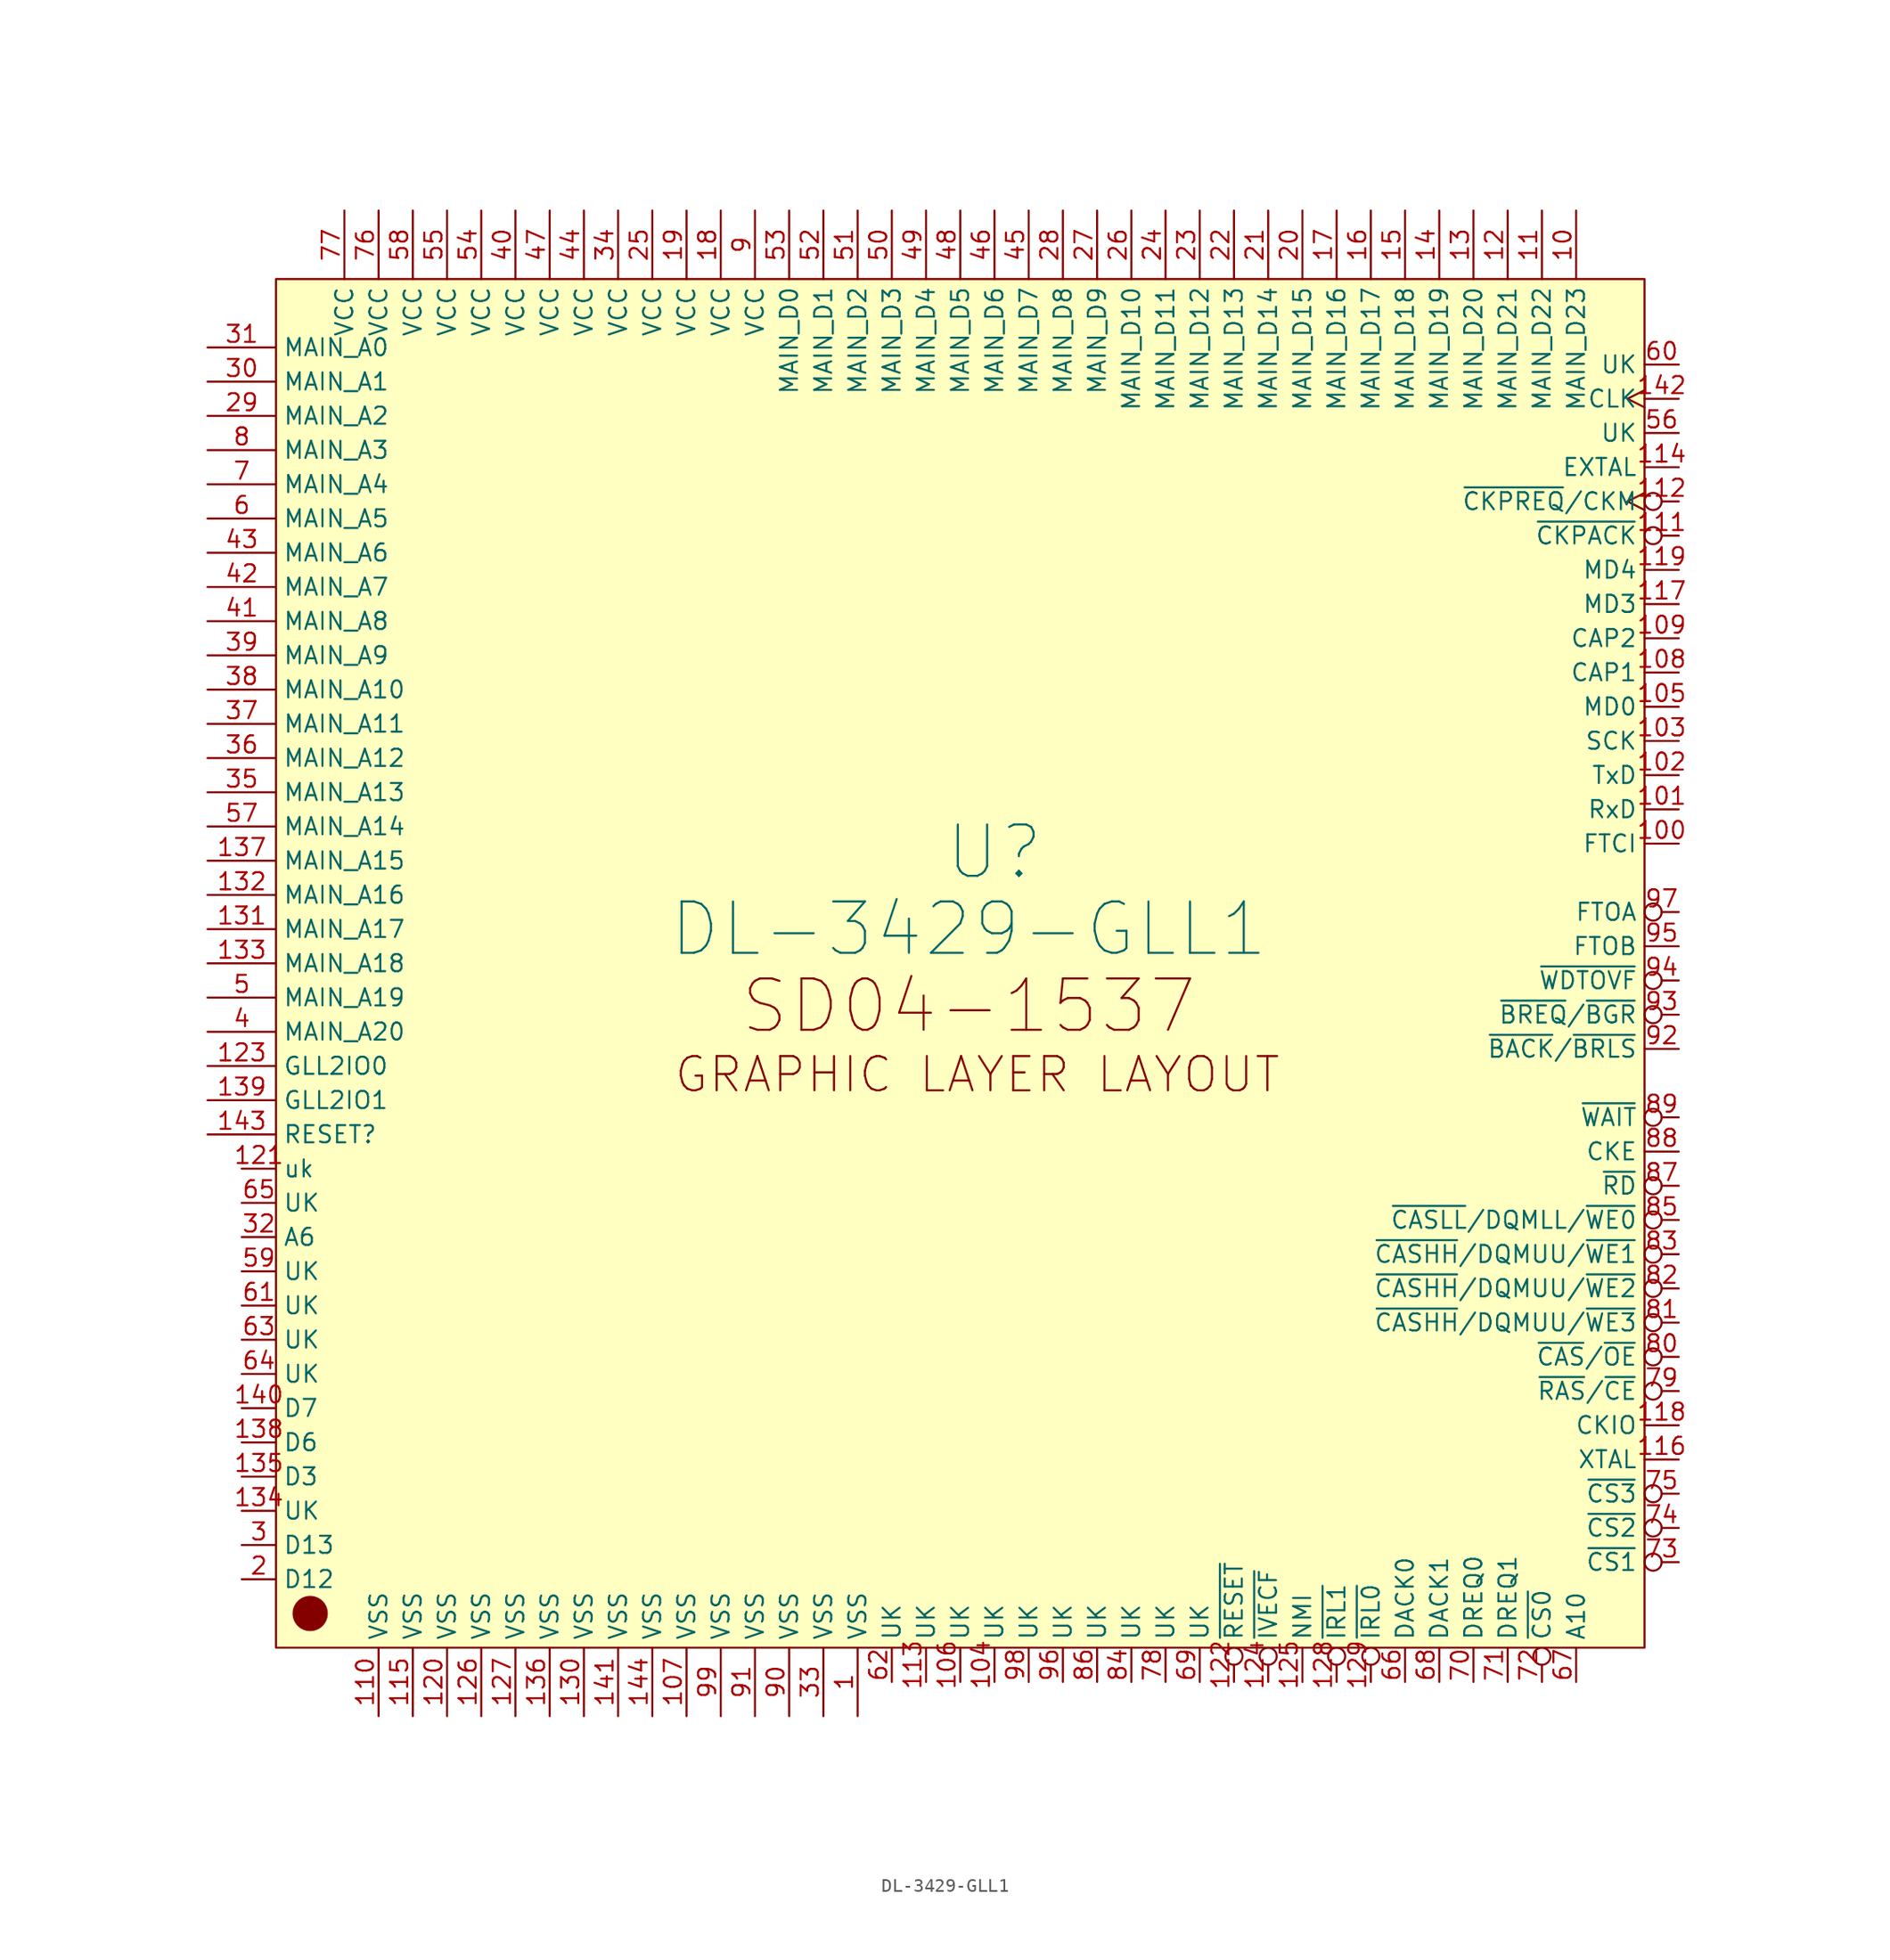
<source format=kicad_sym>
(kicad_symbol_lib
  (version 20211014)
  (generator kicad_symbol_editor)
  (symbol "DL-3429-GLL1"
    (property "Reference" "U"
      (at 0 10.795 0)
      (effects (font (size 3.81 3.81))))
    (property "Value" "DL-3429-GLL1"
      (at -1.905 5.08 0)
      (effects (font (size 3.81 3.81))))
    (symbol "DL-3429-GLL1_0_0"
      (text "GRAPHIC LAYER LAYOUT" (at -1.27 -5.715 0) (effects (font (size 2.54 2.54))))
      (text "SD04-1537" (at -1.905 -0.635 0) (effects (font (size 3.81 3.81)))))
    (symbol "DL-3429-GLL1_0_1"
      (rectangle (start -53.34 53.34) (end 48.26 -48.26) (stroke (width 0) (type default) (color 0 0 0 0)) (fill (type background)))
      (circle (center -50.8 -45.72) (radius 0.0001) (stroke (width 0.102) (type default) (color 0 0 0 0)) (fill (type none)))
      (circle (center -50.8 -45.72) (radius 0.0001) (stroke (width 0.152) (type default) (color 0 0 0 0)) (fill (type none)))
      (circle (center -50.8 -45.72) (radius 1.27) (stroke (width 0.076) (type default) (color 0 0 0 0)) (fill (type outline))))
    (symbol "DL-3429-GLL1_1_1"
      (pin power_in line (at -10.16 -53.34 90) (length 5.08) (name "VSS" (effects (font (size 1.27 1.27)))) (number "1" (effects (font (size 1.27 1.27)))))
      (pin bidirectional line (at 43.18 58.42 270) (length 5.08) (name "MAIN_D23" (effects (font (size 1.27 1.27)))) (number "10" (effects (font (size 1.27 1.27)))))
      (pin input line (at 50.8 11.43 180) (length 2.54) (name "FTCI" (effects (font (size 1.27 1.27)))) (number "100" (effects (font (size 1.27 1.27)))))
      (pin input line (at 50.8 13.97 180) (length 2.54) (name "RxD" (effects (font (size 1.27 1.27)))) (number "101" (effects (font (size 1.27 1.27)))))
      (pin output line (at 50.8 16.51 180) (length 2.54) (name "TxD" (effects (font (size 1.27 1.27)))) (number "102" (effects (font (size 1.27 1.27)))))
      (pin bidirectional line (at 50.8 19.05 180) (length 2.54) (name "SCK" (effects (font (size 1.27 1.27)))) (number "103" (effects (font (size 1.27 1.27)))))
      (pin bidirectional line (at 0 -50.8 90) (length 2.54) (name "UK" (effects (font (size 1.27 1.27)))) (number "104" (effects (font (size 1.27 1.27)))))
      (pin input line (at 50.8 21.59 180) (length 2.54) (name "MD0" (effects (font (size 1.27 1.27)))) (number "105" (effects (font (size 1.27 1.27)))))
      (pin bidirectional line (at -2.54 -50.8 90) (length 2.54) (name "UK" (effects (font (size 1.27 1.27)))) (number "106" (effects (font (size 1.27 1.27)))))
      (pin power_in line (at -22.86 -53.34 90) (length 5.08) (name "VSS" (effects (font (size 1.27 1.27)))) (number "107" (effects (font (size 1.27 1.27)))))
      (pin output line (at 50.8 24.13 180) (length 2.54) (name "CAP1" (effects (font (size 1.27 1.27)))) (number "108" (effects (font (size 1.27 1.27)))))
      (pin output line (at 50.8 26.67 180) (length 2.54) (name "CAP2" (effects (font (size 1.27 1.27)))) (number "109" (effects (font (size 1.27 1.27)))))
      (pin bidirectional line (at 40.64 58.42 270) (length 5.08) (name "MAIN_D22" (effects (font (size 1.27 1.27)))) (number "11" (effects (font (size 1.27 1.27)))))
      (pin power_in line (at -45.72 -53.34 90) (length 5.08) (name "VSS" (effects (font (size 1.27 1.27)))) (number "110" (effects (font (size 1.27 1.27)))))
      (pin output inverted (at 50.8 34.29 180) (length 2.54) (name "~{CKPACK}" (effects (font (size 1.27 1.27)))) (number "111" (effects (font (size 1.27 1.27)))))
      (pin input inverted_clock (at 50.8 36.83 180) (length 2.54) (name "~{CKPREQ}/CKM" (effects (font (size 1.27 1.27)))) (number "112" (effects (font (size 1.27 1.27)))))
      (pin bidirectional line (at -5.08 -50.8 90) (length 2.54) (name "UK" (effects (font (size 1.27 1.27)))) (number "113" (effects (font (size 1.27 1.27)))))
      (pin input line (at 50.8 39.37 180) (length 2.54) (name "EXTAL" (effects (font (size 1.27 1.27)))) (number "114" (effects (font (size 1.27 1.27)))))
      (pin power_in line (at -43.18 -53.34 90) (length 5.08) (name "VSS" (effects (font (size 1.27 1.27)))) (number "115" (effects (font (size 1.27 1.27)))))
      (pin output line (at 50.8 -34.29 180) (length 2.54) (name "XTAL" (effects (font (size 1.27 1.27)))) (number "116" (effects (font (size 1.27 1.27)))))
      (pin input line (at 50.8 29.21 180) (length 2.54) (name "MD3" (effects (font (size 1.27 1.27)))) (number "117" (effects (font (size 1.27 1.27)))))
      (pin bidirectional line (at 50.8 -31.75 180) (length 2.54) (name "CKIO" (effects (font (size 1.27 1.27)))) (number "118" (effects (font (size 1.27 1.27)))))
      (pin input line (at 50.8 31.75 180) (length 2.54) (name "MD4" (effects (font (size 1.27 1.27)))) (number "119" (effects (font (size 1.27 1.27)))))
      (pin bidirectional line (at 38.1 58.42 270) (length 5.08) (name "MAIN_D21" (effects (font (size 1.27 1.27)))) (number "12" (effects (font (size 1.27 1.27)))))
      (pin power_in line (at -40.64 -53.34 90) (length 5.08) (name "VSS" (effects (font (size 1.27 1.27)))) (number "120" (effects (font (size 1.27 1.27)))))
      (pin bidirectional line (at -55.88 -12.7 0) (length 2.54) (name "uk" (effects (font (size 1.27 1.27)))) (number "121" (effects (font (size 1.27 1.27)))))
      (pin input inverted (at 17.78 -50.8 90) (length 2.54) (name "~{RESET}" (effects (font (size 1.27 1.27)))) (number "122" (effects (font (size 1.27 1.27)))))
      (pin bidirectional line (at -58.42 -5.08 0) (length 5.08) (name "GLL2IO0" (effects (font (size 1.27 1.27)))) (number "123" (effects (font (size 1.27 1.27)))))
      (pin input inverted (at 20.32 -50.8 90) (length 2.54) (name "~{IVECF}" (effects (font (size 1.27 1.27)))) (number "124" (effects (font (size 1.27 1.27)))))
      (pin input line (at 22.86 -50.8 90) (length 2.54) (name "NMI" (effects (font (size 1.27 1.27)))) (number "125" (effects (font (size 1.27 1.27)))))
      (pin power_in line (at -38.1 -53.34 90) (length 5.08) (name "VSS" (effects (font (size 1.27 1.27)))) (number "126" (effects (font (size 1.27 1.27)))))
      (pin power_in line (at -35.56 -53.34 90) (length 5.08) (name "VSS" (effects (font (size 1.27 1.27)))) (number "127" (effects (font (size 1.27 1.27)))))
      (pin input inverted (at 25.4 -50.8 90) (length 2.54) (name "~{IRL1}" (effects (font (size 1.27 1.27)))) (number "128" (effects (font (size 1.27 1.27)))))
      (pin input inverted (at 27.94 -50.8 90) (length 2.54) (name "~{IRL0}" (effects (font (size 1.27 1.27)))) (number "129" (effects (font (size 1.27 1.27)))))
      (pin bidirectional line (at 35.56 58.42 270) (length 5.08) (name "MAIN_D20" (effects (font (size 1.27 1.27)))) (number "13" (effects (font (size 1.27 1.27)))))
      (pin power_in line (at -30.48 -53.34 90) (length 5.08) (name "VSS" (effects (font (size 1.27 1.27)))) (number "130" (effects (font (size 1.27 1.27)))))
      (pin bidirectional line (at -58.42 5.08 0) (length 5.08) (name "MAIN_A17" (effects (font (size 1.27 1.27)))) (number "131" (effects (font (size 1.27 1.27)))))
      (pin bidirectional line (at -58.42 7.62 0) (length 5.08) (name "MAIN_A16" (effects (font (size 1.27 1.27)))) (number "132" (effects (font (size 1.27 1.27)))))
      (pin bidirectional line (at -58.42 2.54 0) (length 5.08) (name "MAIN_A18" (effects (font (size 1.27 1.27)))) (number "133" (effects (font (size 1.27 1.27)))))
      (pin bidirectional line (at -55.88 -38.1 0) (length 2.54) (name "UK" (effects (font (size 1.27 1.27)))) (number "134" (effects (font (size 1.27 1.27)))))
      (pin tri_state line (at -55.88 -35.56 0) (length 2.54) (name "D3" (effects (font (size 1.27 1.27)))) (number "135" (effects (font (size 1.27 1.27)))))
      (pin power_in line (at -33.02 -53.34 90) (length 5.08) (name "VSS" (effects (font (size 1.27 1.27)))) (number "136" (effects (font (size 1.27 1.27)))))
      (pin bidirectional line (at -58.42 10.16 0) (length 5.08) (name "MAIN_A15" (effects (font (size 1.27 1.27)))) (number "137" (effects (font (size 1.27 1.27)))))
      (pin tri_state line (at -55.88 -33.02 0) (length 2.54) (name "D6" (effects (font (size 1.27 1.27)))) (number "138" (effects (font (size 1.27 1.27)))))
      (pin bidirectional line (at -58.42 -7.62 0) (length 5.08) (name "GLL2IO1" (effects (font (size 1.27 1.27)))) (number "139" (effects (font (size 1.27 1.27)))))
      (pin bidirectional line (at 33.02 58.42 270) (length 5.08) (name "MAIN_D19" (effects (font (size 1.27 1.27)))) (number "14" (effects (font (size 1.27 1.27)))))
      (pin tri_state line (at -55.88 -30.48 0) (length 2.54) (name "D7" (effects (font (size 1.27 1.27)))) (number "140" (effects (font (size 1.27 1.27)))))
      (pin power_in line (at -27.94 -53.34 90) (length 5.08) (name "VSS" (effects (font (size 1.27 1.27)))) (number "141" (effects (font (size 1.27 1.27)))))
      (pin output clock (at 50.8 44.45 180) (length 2.54) (name "CLK" (effects (font (size 1.27 1.27)))) (number "142" (effects (font (size 1.27 1.27)))))
      (pin bidirectional line (at -58.42 -10.16 0) (length 5.08) (name "RESET?" (effects (font (size 1.27 1.27)))) (number "143" (effects (font (size 1.27 1.27)))))
      (pin power_in line (at -25.4 -53.34 90) (length 5.08) (name "VSS" (effects (font (size 1.27 1.27)))) (number "144" (effects (font (size 1.27 1.27)))))
      (pin bidirectional line (at 30.48 58.42 270) (length 5.08) (name "MAIN_D18" (effects (font (size 1.27 1.27)))) (number "15" (effects (font (size 1.27 1.27)))))
      (pin bidirectional line (at 27.94 58.42 270) (length 5.08) (name "MAIN_D17" (effects (font (size 1.27 1.27)))) (number "16" (effects (font (size 1.27 1.27)))))
      (pin bidirectional line (at 25.4 58.42 270) (length 5.08) (name "MAIN_D16" (effects (font (size 1.27 1.27)))) (number "17" (effects (font (size 1.27 1.27)))))
      (pin power_in line (at -20.32 58.42 270) (length 5.08) (name "VCC" (effects (font (size 1.27 1.27)))) (number "18" (effects (font (size 1.27 1.27)))))
      (pin power_in line (at -22.86 58.42 270) (length 5.08) (name "VCC" (effects (font (size 1.27 1.27)))) (number "19" (effects (font (size 1.27 1.27)))))
      (pin tri_state line (at -55.88 -43.18 0) (length 2.54) (name "D12" (effects (font (size 1.27 1.27)))) (number "2" (effects (font (size 1.27 1.27)))))
      (pin bidirectional line (at 22.86 58.42 270) (length 5.08) (name "MAIN_D15" (effects (font (size 1.27 1.27)))) (number "20" (effects (font (size 1.27 1.27)))))
      (pin bidirectional line (at 20.32 58.42 270) (length 5.08) (name "MAIN_D14" (effects (font (size 1.27 1.27)))) (number "21" (effects (font (size 1.27 1.27)))))
      (pin bidirectional line (at 17.78 58.42 270) (length 5.08) (name "MAIN_D13" (effects (font (size 1.27 1.27)))) (number "22" (effects (font (size 1.27 1.27)))))
      (pin bidirectional line (at 15.24 58.42 270) (length 5.08) (name "MAIN_D12" (effects (font (size 1.27 1.27)))) (number "23" (effects (font (size 1.27 1.27)))))
      (pin bidirectional line (at 12.7 58.42 270) (length 5.08) (name "MAIN_D11" (effects (font (size 1.27 1.27)))) (number "24" (effects (font (size 1.27 1.27)))))
      (pin power_in line (at -25.4 58.42 270) (length 5.08) (name "VCC" (effects (font (size 1.27 1.27)))) (number "25" (effects (font (size 1.27 1.27)))))
      (pin bidirectional line (at 10.16 58.42 270) (length 5.08) (name "MAIN_D10" (effects (font (size 1.27 1.27)))) (number "26" (effects (font (size 1.27 1.27)))))
      (pin bidirectional line (at 7.62 58.42 270) (length 5.08) (name "MAIN_D9" (effects (font (size 1.27 1.27)))) (number "27" (effects (font (size 1.27 1.27)))))
      (pin bidirectional line (at 5.08 58.42 270) (length 5.08) (name "MAIN_D8" (effects (font (size 1.27 1.27)))) (number "28" (effects (font (size 1.27 1.27)))))
      (pin bidirectional line (at -58.42 43.18 0) (length 5.08) (name "MAIN_A2" (effects (font (size 1.27 1.27)))) (number "29" (effects (font (size 1.27 1.27)))))
      (pin tri_state line (at -55.88 -40.64 0) (length 2.54) (name "D13" (effects (font (size 1.27 1.27)))) (number "3" (effects (font (size 1.27 1.27)))))
      (pin bidirectional line (at -58.42 45.72 0) (length 5.08) (name "MAIN_A1" (effects (font (size 1.27 1.27)))) (number "30" (effects (font (size 1.27 1.27)))))
      (pin bidirectional line (at -58.42 48.26 0) (length 5.08) (name "MAIN_A0" (effects (font (size 1.27 1.27)))) (number "31" (effects (font (size 1.27 1.27)))))
      (pin bidirectional line (at -55.88 -17.78 0) (length 2.54) (name "A6" (effects (font (size 1.27 1.27)))) (number "32" (effects (font (size 1.27 1.27)))))
      (pin power_in line (at -12.7 -53.34 90) (length 5.08) (name "VSS" (effects (font (size 1.27 1.27)))) (number "33" (effects (font (size 1.27 1.27)))))
      (pin power_in line (at -27.94 58.42 270) (length 5.08) (name "VCC" (effects (font (size 1.27 1.27)))) (number "34" (effects (font (size 1.27 1.27)))))
      (pin bidirectional line (at -58.42 15.24 0) (length 5.08) (name "MAIN_A13" (effects (font (size 1.27 1.27)))) (number "35" (effects (font (size 1.27 1.27)))))
      (pin bidirectional line (at -58.42 17.78 0) (length 5.08) (name "MAIN_A12" (effects (font (size 1.27 1.27)))) (number "36" (effects (font (size 1.27 1.27)))))
      (pin bidirectional line (at -58.42 20.32 0) (length 5.08) (name "MAIN_A11" (effects (font (size 1.27 1.27)))) (number "37" (effects (font (size 1.27 1.27)))))
      (pin bidirectional line (at -58.42 22.86 0) (length 5.08) (name "MAIN_A10" (effects (font (size 1.27 1.27)))) (number "38" (effects (font (size 1.27 1.27)))))
      (pin bidirectional line (at -58.42 25.4 0) (length 5.08) (name "MAIN_A9" (effects (font (size 1.27 1.27)))) (number "39" (effects (font (size 1.27 1.27)))))
      (pin bidirectional line (at -58.42 -2.54 0) (length 5.08) (name "MAIN_A20" (effects (font (size 1.27 1.27)))) (number "4" (effects (font (size 1.27 1.27)))))
      (pin power_in line (at -35.56 58.42 270) (length 5.08) (name "VCC" (effects (font (size 1.27 1.27)))) (number "40" (effects (font (size 1.27 1.27)))))
      (pin bidirectional line (at -58.42 27.94 0) (length 5.08) (name "MAIN_A8" (effects (font (size 1.27 1.27)))) (number "41" (effects (font (size 1.27 1.27)))))
      (pin bidirectional line (at -58.42 30.48 0) (length 5.08) (name "MAIN_A7" (effects (font (size 1.27 1.27)))) (number "42" (effects (font (size 1.27 1.27)))))
      (pin bidirectional line (at -58.42 33.02 0) (length 5.08) (name "MAIN_A6" (effects (font (size 1.27 1.27)))) (number "43" (effects (font (size 1.27 1.27)))))
      (pin power_in line (at -30.48 58.42 270) (length 5.08) (name "VCC" (effects (font (size 1.27 1.27)))) (number "44" (effects (font (size 1.27 1.27)))))
      (pin bidirectional line (at 2.54 58.42 270) (length 5.08) (name "MAIN_D7" (effects (font (size 1.27 1.27)))) (number "45" (effects (font (size 1.27 1.27)))))
      (pin bidirectional line (at 0 58.42 270) (length 5.08) (name "MAIN_D6" (effects (font (size 1.27 1.27)))) (number "46" (effects (font (size 1.27 1.27)))))
      (pin power_in line (at -33.02 58.42 270) (length 5.08) (name "VCC" (effects (font (size 1.27 1.27)))) (number "47" (effects (font (size 1.27 1.27)))))
      (pin bidirectional line (at -2.54 58.42 270) (length 5.08) (name "MAIN_D5" (effects (font (size 1.27 1.27)))) (number "48" (effects (font (size 1.27 1.27)))))
      (pin bidirectional line (at -5.08 58.42 270) (length 5.08) (name "MAIN_D4" (effects (font (size 1.27 1.27)))) (number "49" (effects (font (size 1.27 1.27)))))
      (pin bidirectional line (at -58.42 0 0) (length 5.08) (name "MAIN_A19" (effects (font (size 1.27 1.27)))) (number "5" (effects (font (size 1.27 1.27)))))
      (pin bidirectional line (at -7.62 58.42 270) (length 5.08) (name "MAIN_D3" (effects (font (size 1.27 1.27)))) (number "50" (effects (font (size 1.27 1.27)))))
      (pin bidirectional line (at -10.16 58.42 270) (length 5.08) (name "MAIN_D2" (effects (font (size 1.27 1.27)))) (number "51" (effects (font (size 1.27 1.27)))))
      (pin bidirectional line (at -12.7 58.42 270) (length 5.08) (name "MAIN_D1" (effects (font (size 1.27 1.27)))) (number "52" (effects (font (size 1.27 1.27)))))
      (pin bidirectional line (at -15.24 58.42 270) (length 5.08) (name "MAIN_D0" (effects (font (size 1.27 1.27)))) (number "53" (effects (font (size 1.27 1.27)))))
      (pin power_in line (at -38.1 58.42 270) (length 5.08) (name "VCC" (effects (font (size 1.27 1.27)))) (number "54" (effects (font (size 1.27 1.27)))))
      (pin power_in line (at -40.64 58.42 270) (length 5.08) (name "VCC" (effects (font (size 1.27 1.27)))) (number "55" (effects (font (size 1.27 1.27)))))
      (pin bidirectional line (at 50.8 41.91 180) (length 2.54) (name "UK" (effects (font (size 1.27 1.27)))) (number "56" (effects (font (size 1.27 1.27)))))
      (pin bidirectional line (at -58.42 12.7 0) (length 5.08) (name "MAIN_A14" (effects (font (size 1.27 1.27)))) (number "57" (effects (font (size 1.27 1.27)))))
      (pin power_in line (at -43.18 58.42 270) (length 5.08) (name "VCC" (effects (font (size 1.27 1.27)))) (number "58" (effects (font (size 1.27 1.27)))))
      (pin bidirectional line (at -55.88 -20.32 0) (length 2.54) (name "UK" (effects (font (size 1.27 1.27)))) (number "59" (effects (font (size 1.27 1.27)))))
      (pin bidirectional line (at -58.42 35.56 0) (length 5.08) (name "MAIN_A5" (effects (font (size 1.27 1.27)))) (number "6" (effects (font (size 1.27 1.27)))))
      (pin bidirectional line (at 50.8 46.99 180) (length 2.54) (name "UK" (effects (font (size 1.27 1.27)))) (number "60" (effects (font (size 1.27 1.27)))))
      (pin bidirectional line (at -55.88 -22.86 0) (length 2.54) (name "UK" (effects (font (size 1.27 1.27)))) (number "61" (effects (font (size 1.27 1.27)))))
      (pin bidirectional line (at -7.62 -50.8 90) (length 2.54) (name "UK" (effects (font (size 1.27 1.27)))) (number "62" (effects (font (size 1.27 1.27)))))
      (pin bidirectional line (at -55.88 -25.4 0) (length 2.54) (name "UK" (effects (font (size 1.27 1.27)))) (number "63" (effects (font (size 1.27 1.27)))))
      (pin bidirectional line (at -55.88 -27.94 0) (length 2.54) (name "UK" (effects (font (size 1.27 1.27)))) (number "64" (effects (font (size 1.27 1.27)))))
      (pin bidirectional line (at -55.88 -15.24 0) (length 2.54) (name "UK" (effects (font (size 1.27 1.27)))) (number "65" (effects (font (size 1.27 1.27)))))
      (pin output line (at 30.48 -50.8 90) (length 2.54) (name "DACK0" (effects (font (size 1.27 1.27)))) (number "66" (effects (font (size 1.27 1.27)))))
      (pin bidirectional line (at 43.18 -50.8 90) (length 2.54) (name "A10" (effects (font (size 1.27 1.27)))) (number "67" (effects (font (size 1.27 1.27)))))
      (pin output line (at 33.02 -50.8 90) (length 2.54) (name "DACK1" (effects (font (size 1.27 1.27)))) (number "68" (effects (font (size 1.27 1.27)))))
      (pin bidirectional line (at 15.24 -50.8 90) (length 2.54) (name "UK" (effects (font (size 1.27 1.27)))) (number "69" (effects (font (size 1.27 1.27)))))
      (pin bidirectional line (at -58.42 38.1 0) (length 5.08) (name "MAIN_A4" (effects (font (size 1.27 1.27)))) (number "7" (effects (font (size 1.27 1.27)))))
      (pin input line (at 35.56 -50.8 90) (length 2.54) (name "DREQ0" (effects (font (size 1.27 1.27)))) (number "70" (effects (font (size 1.27 1.27)))))
      (pin input line (at 38.1 -50.8 90) (length 2.54) (name "DREQ1" (effects (font (size 1.27 1.27)))) (number "71" (effects (font (size 1.27 1.27)))))
      (pin output inverted (at 40.64 -50.8 90) (length 2.54) (name "~{CS0}" (effects (font (size 1.27 1.27)))) (number "72" (effects (font (size 1.27 1.27)))))
      (pin output inverted (at 50.8 -41.91 180) (length 2.54) (name "~{CS1}" (effects (font (size 1.27 1.27)))) (number "73" (effects (font (size 1.27 1.27)))))
      (pin output inverted (at 50.8 -39.37 180) (length 2.54) (name "~{CS2}" (effects (font (size 1.27 1.27)))) (number "74" (effects (font (size 1.27 1.27)))))
      (pin output inverted (at 50.8 -36.83 180) (length 2.54) (name "~{CS3}" (effects (font (size 1.27 1.27)))) (number "75" (effects (font (size 1.27 1.27)))))
      (pin power_in line (at -45.72 58.42 270) (length 5.08) (name "VCC" (effects (font (size 1.27 1.27)))) (number "76" (effects (font (size 1.27 1.27)))))
      (pin power_in line (at -48.26 58.42 270) (length 5.08) (name "VCC" (effects (font (size 1.27 1.27)))) (number "77" (effects (font (size 1.27 1.27)))))
      (pin bidirectional line (at 12.7 -50.8 90) (length 2.54) (name "UK" (effects (font (size 1.27 1.27)))) (number "78" (effects (font (size 1.27 1.27)))))
      (pin output inverted (at 50.8 -29.21 180) (length 2.54) (name "~{RAS}/~{CE}" (effects (font (size 1.27 1.27)))) (number "79" (effects (font (size 1.27 1.27)))))
      (pin bidirectional line (at -58.42 40.64 0) (length 5.08) (name "MAIN_A3" (effects (font (size 1.27 1.27)))) (number "8" (effects (font (size 1.27 1.27)))))
      (pin output inverted (at 50.8 -26.67 180) (length 2.54) (name "~{CAS}/~{OE}" (effects (font (size 1.27 1.27)))) (number "80" (effects (font (size 1.27 1.27)))))
      (pin output inverted (at 50.8 -24.13 180) (length 2.54) (name "~{CASHH}/DQMUU/~{WE3}" (effects (font (size 1.27 1.27)))) (number "81" (effects (font (size 1.27 1.27)))))
      (pin output inverted (at 50.8 -21.59 180) (length 2.54) (name "~{CASHH}/DQMUU/~{WE2}" (effects (font (size 1.27 1.27)))) (number "82" (effects (font (size 1.27 1.27)))))
      (pin output inverted (at 50.8 -19.05 180) (length 2.54) (name "~{CASHH}/DQMUU/~{WE1}" (effects (font (size 1.27 1.27)))) (number "83" (effects (font (size 1.27 1.27)))))
      (pin bidirectional line (at 10.16 -50.8 90) (length 2.54) (name "UK" (effects (font (size 1.27 1.27)))) (number "84" (effects (font (size 1.27 1.27)))))
      (pin output inverted (at 50.8 -16.51 180) (length 2.54) (name "~{CASLL}/DQMLL/~{WE0}" (effects (font (size 1.27 1.27)))) (number "85" (effects (font (size 1.27 1.27)))))
      (pin bidirectional line (at 7.62 -50.8 90) (length 2.54) (name "UK" (effects (font (size 1.27 1.27)))) (number "86" (effects (font (size 1.27 1.27)))))
      (pin output inverted (at 50.8 -13.97 180) (length 2.54) (name "~{RD}" (effects (font (size 1.27 1.27)))) (number "87" (effects (font (size 1.27 1.27)))))
      (pin output line (at 50.8 -11.43 180) (length 2.54) (name "CKE" (effects (font (size 1.27 1.27)))) (number "88" (effects (font (size 1.27 1.27)))))
      (pin input inverted (at 50.8 -8.89 180) (length 2.54) (name "~{WAIT}" (effects (font (size 1.27 1.27)))) (number "89" (effects (font (size 1.27 1.27)))))
      (pin power_in line (at -17.78 58.42 270) (length 5.08) (name "VCC" (effects (font (size 1.27 1.27)))) (number "9" (effects (font (size 1.27 1.27)))))
      (pin power_in line (at -15.24 -53.34 90) (length 5.08) (name "VSS" (effects (font (size 1.27 1.27)))) (number "90" (effects (font (size 1.27 1.27)))))
      (pin power_in line (at -17.78 -53.34 90) (length 5.08) (name "VSS" (effects (font (size 1.27 1.27)))) (number "91" (effects (font (size 1.27 1.27)))))
      (pin input line (at 50.8 -3.81 180) (length 2.54) (name "~{BACK}/~{BRLS}" (effects (font (size 1.27 1.27)))) (number "92" (effects (font (size 1.27 1.27)))))
      (pin output inverted (at 50.8 -1.27 180) (length 2.54) (name "~{BREQ}/~{BGR}" (effects (font (size 1.27 1.27)))) (number "93" (effects (font (size 1.27 1.27)))))
      (pin output inverted (at 50.8 1.27 180) (length 2.54) (name "~{WDTOVF}" (effects (font (size 1.27 1.27)))) (number "94" (effects (font (size 1.27 1.27)))))
      (pin output line (at 50.8 3.81 180) (length 2.54) (name "FTOB" (effects (font (size 1.27 1.27)))) (number "95" (effects (font (size 1.27 1.27)))))
      (pin bidirectional line (at 5.08 -50.8 90) (length 2.54) (name "UK" (effects (font (size 1.27 1.27)))) (number "96" (effects (font (size 1.27 1.27)))))
      (pin output inverted (at 50.8 6.35 180) (length 2.54) (name "FTOA" (effects (font (size 1.27 1.27)))) (number "97" (effects (font (size 1.27 1.27)))))
      (pin bidirectional line (at 2.54 -50.8 90) (length 2.54) (name "UK" (effects (font (size 1.27 1.27)))) (number "98" (effects (font (size 1.27 1.27)))))
      (pin power_in line (at -20.32 -53.34 90) (length 5.08) (name "VSS" (effects (font (size 1.27 1.27)))) (number "99" (effects (font (size 1.27 1.27))))))))
</source>
